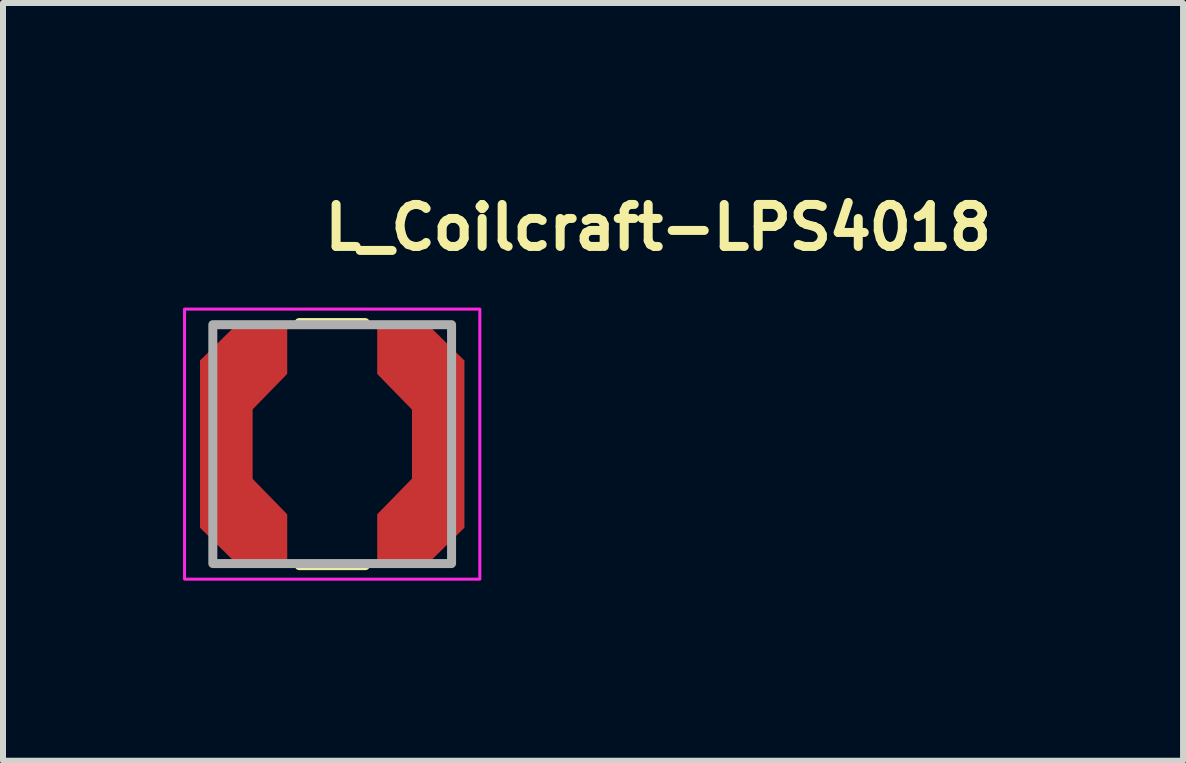
<source format=kicad_pcb>
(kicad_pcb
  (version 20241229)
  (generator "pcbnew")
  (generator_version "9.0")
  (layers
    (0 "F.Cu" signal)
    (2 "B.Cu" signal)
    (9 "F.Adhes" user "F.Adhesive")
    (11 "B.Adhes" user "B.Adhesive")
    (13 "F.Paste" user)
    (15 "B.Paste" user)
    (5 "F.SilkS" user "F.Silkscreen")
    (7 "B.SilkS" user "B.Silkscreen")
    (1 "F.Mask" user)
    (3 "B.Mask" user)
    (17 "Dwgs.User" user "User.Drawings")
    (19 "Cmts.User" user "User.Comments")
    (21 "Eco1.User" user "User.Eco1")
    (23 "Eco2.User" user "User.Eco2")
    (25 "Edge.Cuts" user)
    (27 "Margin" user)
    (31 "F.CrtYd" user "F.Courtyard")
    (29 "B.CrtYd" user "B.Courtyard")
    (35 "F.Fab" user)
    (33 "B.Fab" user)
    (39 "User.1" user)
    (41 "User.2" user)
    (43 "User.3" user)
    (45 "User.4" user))
  (footprint "L_Coilcraft-LPS4018"
    (layer "F.Cu")
    (at 2.485 4.35)
    (property "Reference" "L_Coilcraft-LPS4018" (at -0.2 -3.2 0) (layer "F.SilkS") (effects (font (size 0.7 0.7) (thickness 0.15)) (justify left bottom)))
    (attr smd)
    (fp_poly (pts (xy -0.75 -1.17) (xy -1.33 -0.575) (xy -1.33 0.575) (xy -0.75 1.17) (xy -0.75 1.945) (xy -1.64 1.945) (xy -2.2 1.395) (xy -2.2 -1.395) (xy -1.64 -1.945) (xy -0.75 -1.945)) (stroke (width 0.001) (type solid)) (fill yes) (layer "F.Cu"))
    (fp_poly (pts (xy 2.2 -1.395) (xy 2.2 1.395) (xy 1.64 1.945) (xy 0.75 1.945) (xy 0.75 1.17) (xy 1.33 0.575) (xy 1.33 -0.575) (xy 0.75 -1.17) (xy 0.75 -1.945) (xy 1.64 -1.945)) (stroke (width 0.001) (type solid)) (fill yes) (layer "F.Cu"))
    (fp_poly (pts (xy -0.75 -1.17) (xy -1.33 -0.575) (xy -1.33 0.575) (xy -0.75 1.17) (xy -0.75 1.945) (xy -1.64 1.945) (xy -2.2 1.395) (xy -2.2 -1.395) (xy -1.64 -1.945) (xy -0.75 -1.945)) (stroke (width 0.001) (type solid)) (fill yes) (layer "F.Mask"))
    (fp_poly (pts (xy 2.2 -1.395) (xy 2.2 1.395) (xy 1.64 1.945) (xy 0.75 1.945) (xy 0.75 1.17) (xy 1.33 0.575) (xy 1.33 -0.575) (xy 0.75 -1.17) (xy 0.75 -1.945) (xy 1.64 -1.945)) (stroke (width 0.001) (type solid)) (fill yes) (layer "F.Mask"))
    (fp_line (start -0.55 -2.025) (end 0.55 -2.025) (stroke (width 0.15) (type solid)) (layer "F.SilkS"))
    (fp_line (start -0.548 2.025) (end 0.552 2.025) (stroke (width 0.15) (type solid)) (layer "F.SilkS"))
    (fp_poly (pts (xy -0.75 -1.17) (xy -1.33 -0.575) (xy -1.33 0.575) (xy -0.75 1.17) (xy -0.75 1.945) (xy -1.64 1.945) (xy -2.2 1.395) (xy -2.2 -1.395) (xy -1.64 -1.945) (xy -0.75 -1.945)) (stroke (width 0.001) (type solid)) (fill yes) (layer "F.Paste"))
    (fp_poly (pts (xy 2.2 -1.395) (xy 2.2 1.395) (xy 1.64 1.945) (xy 0.75 1.945) (xy 0.75 1.17) (xy 1.33 0.575) (xy 1.33 -0.575) (xy 0.75 -1.17) (xy 0.75 -1.945) (xy 1.64 -1.945)) (stroke (width 0.001) (type solid)) (fill yes) (layer "F.Paste"))
    (fp_rect (start -2.46 -2.25) (end 2.46 2.25) (stroke (width 0.05) (type solid)) (fill no) (layer "F.CrtYd"))
    (fp_rect (start -1.989 -1.99) (end 1.989 1.99) (stroke (width 0.15) (type solid)) (fill no) (layer "F.Fab"))
    (fp_rect (start -1.989 -1.99) (end 1.989 1.99) (stroke (width 0.1) (type solid)) (fill no) (layer "User.5"))
    (fp_line (start -1.989 -1.24) (end -1.989 1.24) (stroke (width 0.02) (type solid)) (layer "User.9"))
    (fp_line (start -1.989 1.24) (end -1.239 1.99) (stroke (width 0.02) (type solid)) (layer "User.9"))
    (fp_line (start -1.939 -1.219) (end -1.939 1.219) (stroke (width 0.02) (type solid)) (layer "User.9"))
    (fp_line (start -1.939 1.219) (end -1.219 1.94) (stroke (width 0.02) (type solid)) (layer "User.9"))
    (fp_line (start -1.239 -1.99) (end -1.989 -1.24) (stroke (width 0.02) (type solid)) (layer "User.9"))
    (fp_line (start -1.239 1.99) (end 1.239 1.99) (stroke (width 0.02) (type solid)) (layer "User.9"))
    (fp_line (start -1.219 -1.94) (end -1.939 -1.219) (stroke (width 0.02) (type solid)) (layer "User.9"))
    (fp_line (start -1.219 1.94) (end 1.219 1.94) (stroke (width 0.02) (type solid)) (layer "User.9"))
    (fp_line (start 1.219 -1.94) (end -1.219 -1.94) (stroke (width 0.02) (type solid)) (layer "User.9"))
    (fp_line (start 1.219 1.94) (end 1.94 1.219) (stroke (width 0.02) (type solid)) (layer "User.9"))
    (fp_line (start 1.239 -1.99) (end -1.239 -1.99) (stroke (width 0.02) (type solid)) (layer "User.9"))
    (fp_line (start 1.239 1.99) (end 1.989 1.24) (stroke (width 0.02) (type solid)) (layer "User.9"))
    (fp_line (start 1.94 -1.219) (end 1.219 -1.94) (stroke (width 0.02) (type solid)) (layer "User.9"))
    (fp_line (start 1.94 1.219) (end 1.94 -1.219) (stroke (width 0.02) (type solid)) (layer "User.9"))
    (fp_line (start 1.989 -1.24) (end 1.239 -1.99) (stroke (width 0.02) (type solid)) (layer "User.9"))
    (fp_line (start 1.989 1.24) (end 1.989 -1.24) (stroke (width 0.02) (type solid)) (layer "User.9"))
    (pad "1" smd rect (at -1.765 0 90) (size 2.79 0.87) (layers "F.Cu" "F.Mask" "F.Paste"))
    (pad "2" smd rect (at 1.765 0 270) (size 2.79 0.87) (layers "F.Cu" "F.Mask" "F.Paste")))
  (gr_rect
    (start -3 -3)
    (end 16.662 9.625)
    (stroke (width 0.1) (type default))
    (fill no)
    (layer "Edge.Cuts")))
</source>
